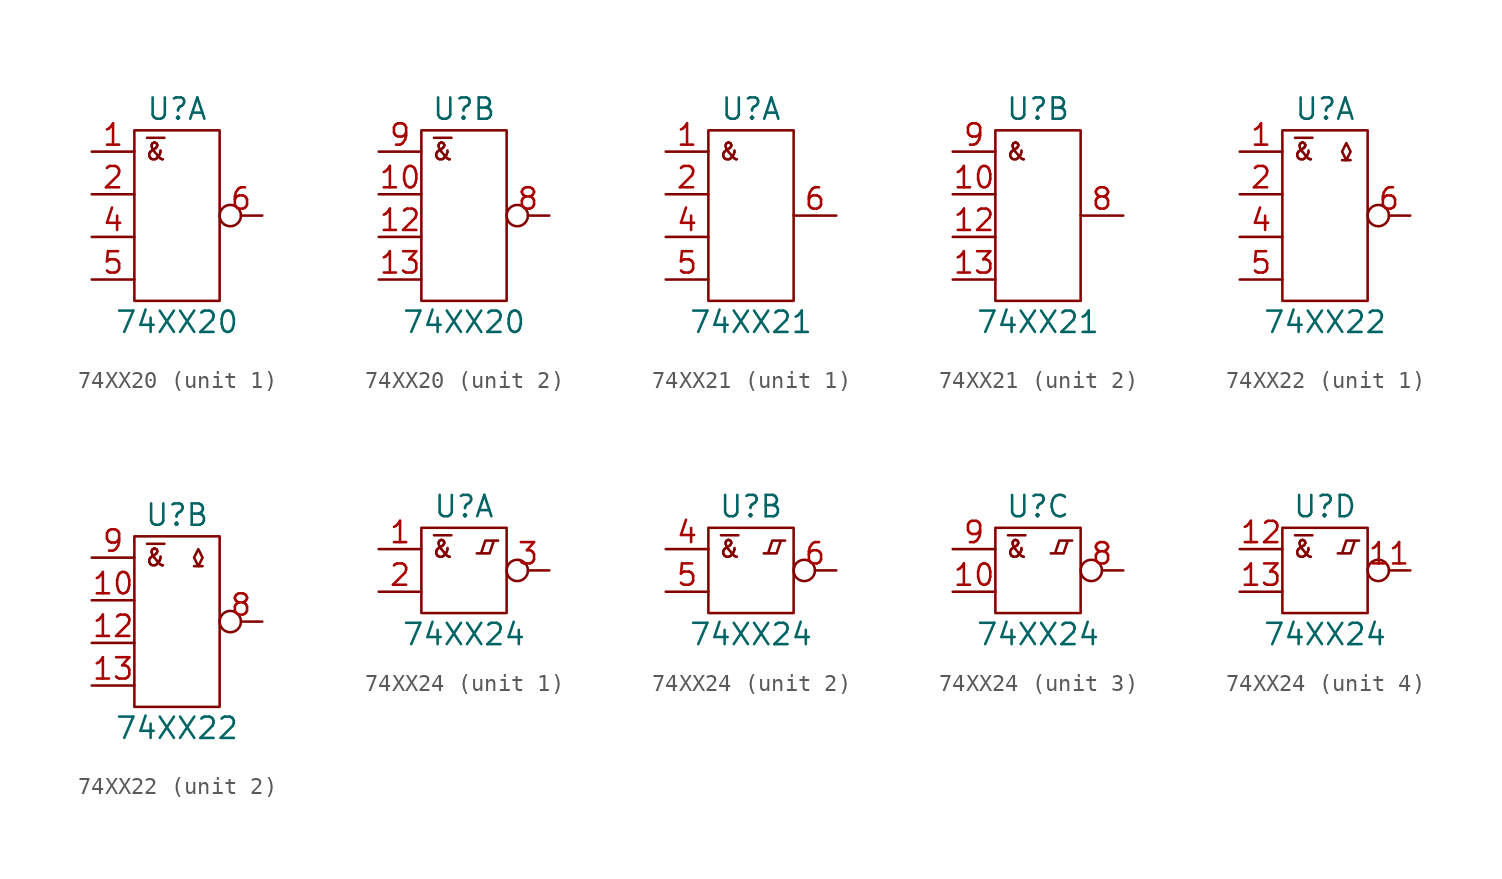
<source format=kicad_sym>
(kicad_symbol_lib
  (version 20211014)
  (generator kicad_symbol_editor)
  (symbol "74XX20"
    (pin_names
      (offset 1.016) hide)
    (property "Reference" "U"
      (at 0 6.35 0)
      (effects (font (size 1.27 1.27))))
    (property "Value" "74XX20"
      (at 0 -6.35 0)
      (effects (font (size 1.27 1.27))))
    (symbol "74XX20_0_0"
      (rectangle (start -2.54 -5.08) (end 2.54 5.08) (stroke (width 0) (type default) (color 0 0 0 0)) (fill (type none)))
      (text "~{&}" (at -1.27 3.81 0) (effects (font (size 1 1)))))
    (symbol "74XX20_0_1"
      (pin power_in line (at 2.54 5.08 180) (length 0) hide (name "VCC" (effects (font (size 1.27 1.27)))) (number "14" (effects (font (size 1.27 1.27)))))
      (pin power_in line (at 2.54 -5.08 180) (length 0) hide (name "GND" (effects (font (size 1.27 1.27)))) (number "7" (effects (font (size 1.27 1.27))))))
    (symbol "74XX20_1_1"
      (pin input line (at -5.08 3.81 0) (length 2.54) (name "A" (effects (font (size 1.27 1.27)))) (number "1" (effects (font (size 1.27 1.27)))))
      (pin input line (at -5.08 1.27 0) (length 2.54) (name "B" (effects (font (size 1.27 1.27)))) (number "2" (effects (font (size 1.27 1.27)))))
      (pin input line (at -5.08 -1.27 0) (length 2.54) (name "C" (effects (font (size 1.27 1.27)))) (number "4" (effects (font (size 1.27 1.27)))))
      (pin input line (at -5.08 -3.81 0) (length 2.54) (name "D" (effects (font (size 1.27 1.27)))) (number "5" (effects (font (size 1.27 1.27)))))
      (pin output inverted (at 5.08 0 180) (length 2.54) (name "~{Y}" (effects (font (size 1.27 1.27)))) (number "6" (effects (font (size 1.27 1.27))))))
    (symbol "74XX20_2_1"
      (pin input line (at -5.08 1.27 0) (length 2.54) (name "B" (effects (font (size 1.27 1.27)))) (number "10" (effects (font (size 1.27 1.27)))))
      (pin input line (at -5.08 -1.27 0) (length 2.54) (name "C" (effects (font (size 1.27 1.27)))) (number "12" (effects (font (size 1.27 1.27)))))
      (pin input line (at -5.08 -3.81 0) (length 2.54) (name "D" (effects (font (size 1.27 1.27)))) (number "13" (effects (font (size 1.27 1.27)))))
      (pin output inverted (at 5.08 0 180) (length 2.54) (name "~{Y}" (effects (font (size 1.27 1.27)))) (number "8" (effects (font (size 1.27 1.27)))))
      (pin input line (at -5.08 3.81 0) (length 2.54) (name "A" (effects (font (size 1.27 1.27)))) (number "9" (effects (font (size 1.27 1.27)))))))
  (symbol "74XX21"
    (pin_names
      (offset 1.016) hide)
    (property "Reference" "U"
      (at 0 6.35 0)
      (effects (font (size 1.27 1.27))))
    (property "Value" "74XX21"
      (at 0 -6.35 0)
      (effects (font (size 1.27 1.27))))
    (symbol "74XX21_0_0"
      (rectangle (start -2.54 -5.08) (end 2.54 5.08) (stroke (width 0) (type default) (color 0 0 0 0)) (fill (type none)))
      (text "&" (at -1.27 3.81 0) (effects (font (size 1 1)))))
    (symbol "74XX21_0_1"
      (pin power_in line (at 2.54 5.08 180) (length 0) hide (name "VCC" (effects (font (size 1.27 1.27)))) (number "14" (effects (font (size 1.27 1.27)))))
      (pin power_in line (at 2.54 -5.08 180) (length 0) hide (name "GND" (effects (font (size 1.27 1.27)))) (number "7" (effects (font (size 1.27 1.27))))))
    (symbol "74XX21_1_1"
      (pin input line (at -5.08 3.81 0) (length 2.54) (name "A" (effects (font (size 1.27 1.27)))) (number "1" (effects (font (size 1.27 1.27)))))
      (pin input line (at -5.08 1.27 0) (length 2.54) (name "B" (effects (font (size 1.27 1.27)))) (number "2" (effects (font (size 1.27 1.27)))))
      (pin input line (at -5.08 -1.27 0) (length 2.54) (name "C" (effects (font (size 1.27 1.27)))) (number "4" (effects (font (size 1.27 1.27)))))
      (pin input line (at -5.08 -3.81 0) (length 2.54) (name "D" (effects (font (size 1.27 1.27)))) (number "5" (effects (font (size 1.27 1.27)))))
      (pin output line (at 5.08 0 180) (length 2.54) (name "~{Y}" (effects (font (size 1.27 1.27)))) (number "6" (effects (font (size 1.27 1.27))))))
    (symbol "74XX21_2_1"
      (pin input line (at -5.08 1.27 0) (length 2.54) (name "B" (effects (font (size 1.27 1.27)))) (number "10" (effects (font (size 1.27 1.27)))))
      (pin input line (at -5.08 -1.27 0) (length 2.54) (name "C" (effects (font (size 1.27 1.27)))) (number "12" (effects (font (size 1.27 1.27)))))
      (pin input line (at -5.08 -3.81 0) (length 2.54) (name "D" (effects (font (size 1.27 1.27)))) (number "13" (effects (font (size 1.27 1.27)))))
      (pin output line (at 5.08 0 180) (length 2.54) (name "~{Y}" (effects (font (size 1.27 1.27)))) (number "8" (effects (font (size 1.27 1.27)))))
      (pin input line (at -5.08 3.81 0) (length 2.54) (name "A" (effects (font (size 1.27 1.27)))) (number "9" (effects (font (size 1.27 1.27)))))))
  (symbol "74XX22"
    (pin_names
      (offset 1.016) hide)
    (property "Reference" "U"
      (at 0 6.35 0)
      (effects (font (size 1.27 1.27))))
    (property "Value" "74XX22"
      (at 0 -6.35 0)
      (effects (font (size 1.27 1.27))))
    (symbol "74XX22_0_0"
      (rectangle (start -2.54 -5.08) (end 2.54 5.08) (stroke (width 0) (type default) (color 0 0 0 0)) (fill (type none)))
      (text "~{&}" (at -1.27 3.81 0) (effects (font (size 1 1)))))
    (symbol "74XX22_0_1"
      (polyline (pts (xy 1.016 3.302) (xy 1.524 3.302)) (stroke (width 0) (type default) (color 0 0 0 0)) (fill (type none)))
      (polyline (pts (xy 1.27 4.318) (xy 1.016 3.81) (xy 1.27 3.302) (xy 1.524 3.81) (xy 1.27 4.318)) (stroke (width 0) (type default) (color 0 0 0 0)) (fill (type none)))
      (pin power_in line (at 2.54 5.08 180) (length 0) hide (name "VCC" (effects (font (size 1.27 1.27)))) (number "14" (effects (font (size 1.27 1.27)))))
      (pin power_in line (at 2.54 -5.08 180) (length 0) hide (name "GND" (effects (font (size 1.27 1.27)))) (number "7" (effects (font (size 1.27 1.27))))))
    (symbol "74XX22_1_1"
      (pin input line (at -5.08 3.81 0) (length 2.54) (name "A" (effects (font (size 1.27 1.27)))) (number "1" (effects (font (size 1.27 1.27)))))
      (pin input line (at -5.08 1.27 0) (length 2.54) (name "B" (effects (font (size 1.27 1.27)))) (number "2" (effects (font (size 1.27 1.27)))))
      (pin input line (at -5.08 -1.27 0) (length 2.54) (name "C" (effects (font (size 1.27 1.27)))) (number "4" (effects (font (size 1.27 1.27)))))
      (pin input line (at -5.08 -3.81 0) (length 2.54) (name "D" (effects (font (size 1.27 1.27)))) (number "5" (effects (font (size 1.27 1.27)))))
      (pin output inverted (at 5.08 0 180) (length 2.54) (name "~{Y}" (effects (font (size 1.27 1.27)))) (number "6" (effects (font (size 1.27 1.27))))))
    (symbol "74XX22_2_1"
      (pin input line (at -5.08 1.27 0) (length 2.54) (name "B" (effects (font (size 1.27 1.27)))) (number "10" (effects (font (size 1.27 1.27)))))
      (pin input line (at -5.08 -1.27 0) (length 2.54) (name "C" (effects (font (size 1.27 1.27)))) (number "12" (effects (font (size 1.27 1.27)))))
      (pin input line (at -5.08 -3.81 0) (length 2.54) (name "D" (effects (font (size 1.27 1.27)))) (number "13" (effects (font (size 1.27 1.27)))))
      (pin output inverted (at 5.08 0 180) (length 2.54) (name "~{Y}" (effects (font (size 1.27 1.27)))) (number "8" (effects (font (size 1.27 1.27)))))
      (pin input line (at -5.08 3.81 0) (length 2.54) (name "A" (effects (font (size 1.27 1.27)))) (number "9" (effects (font (size 1.27 1.27)))))))
  (symbol "74XX24"
    (pin_names
      (offset 1.016) hide)
    (property "Reference" "U"
      (at 0 3.81 0)
      (effects (font (size 1.27 1.27))))
    (property "Value" "74XX24"
      (at 0 -3.81 0)
      (effects (font (size 1.27 1.27))))
    (symbol "74XX24_0_0"
      (rectangle (start -2.54 -2.54) (end 2.54 2.54) (stroke (width 0) (type default) (color 0 0 0 0)) (fill (type none)))
      (polyline (pts (xy 0.762 1.016) (xy 1.524 1.016) (xy 1.778 1.778) (xy 2.032 1.778) (xy 1.27 1.778) (xy 1.016 1.016)) (stroke (width 0) (type default) (color 0 0 0 0)) (fill (type none)))
      (text "~{&}" (at -1.27 1.27 0) (effects (font (size 1 1)))))
    (symbol "74XX24_0_1"
      (pin power_in line (at 2.54 2.54 180) (length 0) hide (name "VCC" (effects (font (size 1.27 1.27)))) (number "14" (effects (font (size 1.27 1.27)))))
      (pin power_in line (at 2.54 -2.54 180) (length 0) hide (name "GND" (effects (font (size 1.27 1.27)))) (number "7" (effects (font (size 1.27 1.27))))))
    (symbol "74XX24_1_1"
      (pin input line (at -5.08 1.27 0) (length 2.54) (name "A" (effects (font (size 1.27 1.27)))) (number "1" (effects (font (size 1.27 1.27)))))
      (pin input line (at -5.08 -1.27 0) (length 2.54) (name "B" (effects (font (size 1.27 1.27)))) (number "2" (effects (font (size 1.27 1.27)))))
      (pin output inverted (at 5.08 0 180) (length 2.54) (name "~{Y}" (effects (font (size 1.27 1.27)))) (number "3" (effects (font (size 1.27 1.27))))))
    (symbol "74XX24_2_1"
      (pin input line (at -5.08 1.27 0) (length 2.54) (name "A" (effects (font (size 1.27 1.27)))) (number "4" (effects (font (size 1.27 1.27)))))
      (pin input line (at -5.08 -1.27 0) (length 2.54) (name "B" (effects (font (size 1.27 1.27)))) (number "5" (effects (font (size 1.27 1.27)))))
      (pin output inverted (at 5.08 0 180) (length 2.54) (name "~{Y}" (effects (font (size 1.27 1.27)))) (number "6" (effects (font (size 1.27 1.27))))))
    (symbol "74XX24_3_1"
      (pin input line (at -5.08 -1.27 0) (length 2.54) (name "B" (effects (font (size 1.27 1.27)))) (number "10" (effects (font (size 1.27 1.27)))))
      (pin output inverted (at 5.08 0 180) (length 2.54) (name "~{Y}" (effects (font (size 1.27 1.27)))) (number "8" (effects (font (size 1.27 1.27)))))
      (pin input line (at -5.08 1.27 0) (length 2.54) (name "A" (effects (font (size 1.27 1.27)))) (number "9" (effects (font (size 1.27 1.27))))))
    (symbol "74XX24_4_1"
      (pin output inverted (at 5.08 0 180) (length 2.54) (name "~{Y}" (effects (font (size 1.27 1.27)))) (number "11" (effects (font (size 1.27 1.27)))))
      (pin input line (at -5.08 1.27 0) (length 2.54) (name "A" (effects (font (size 1.27 1.27)))) (number "12" (effects (font (size 1.27 1.27)))))
      (pin input line (at -5.08 -1.27 0) (length 2.54) (name "B" (effects (font (size 1.27 1.27)))) (number "13" (effects (font (size 1.27 1.27))))))))
</source>
